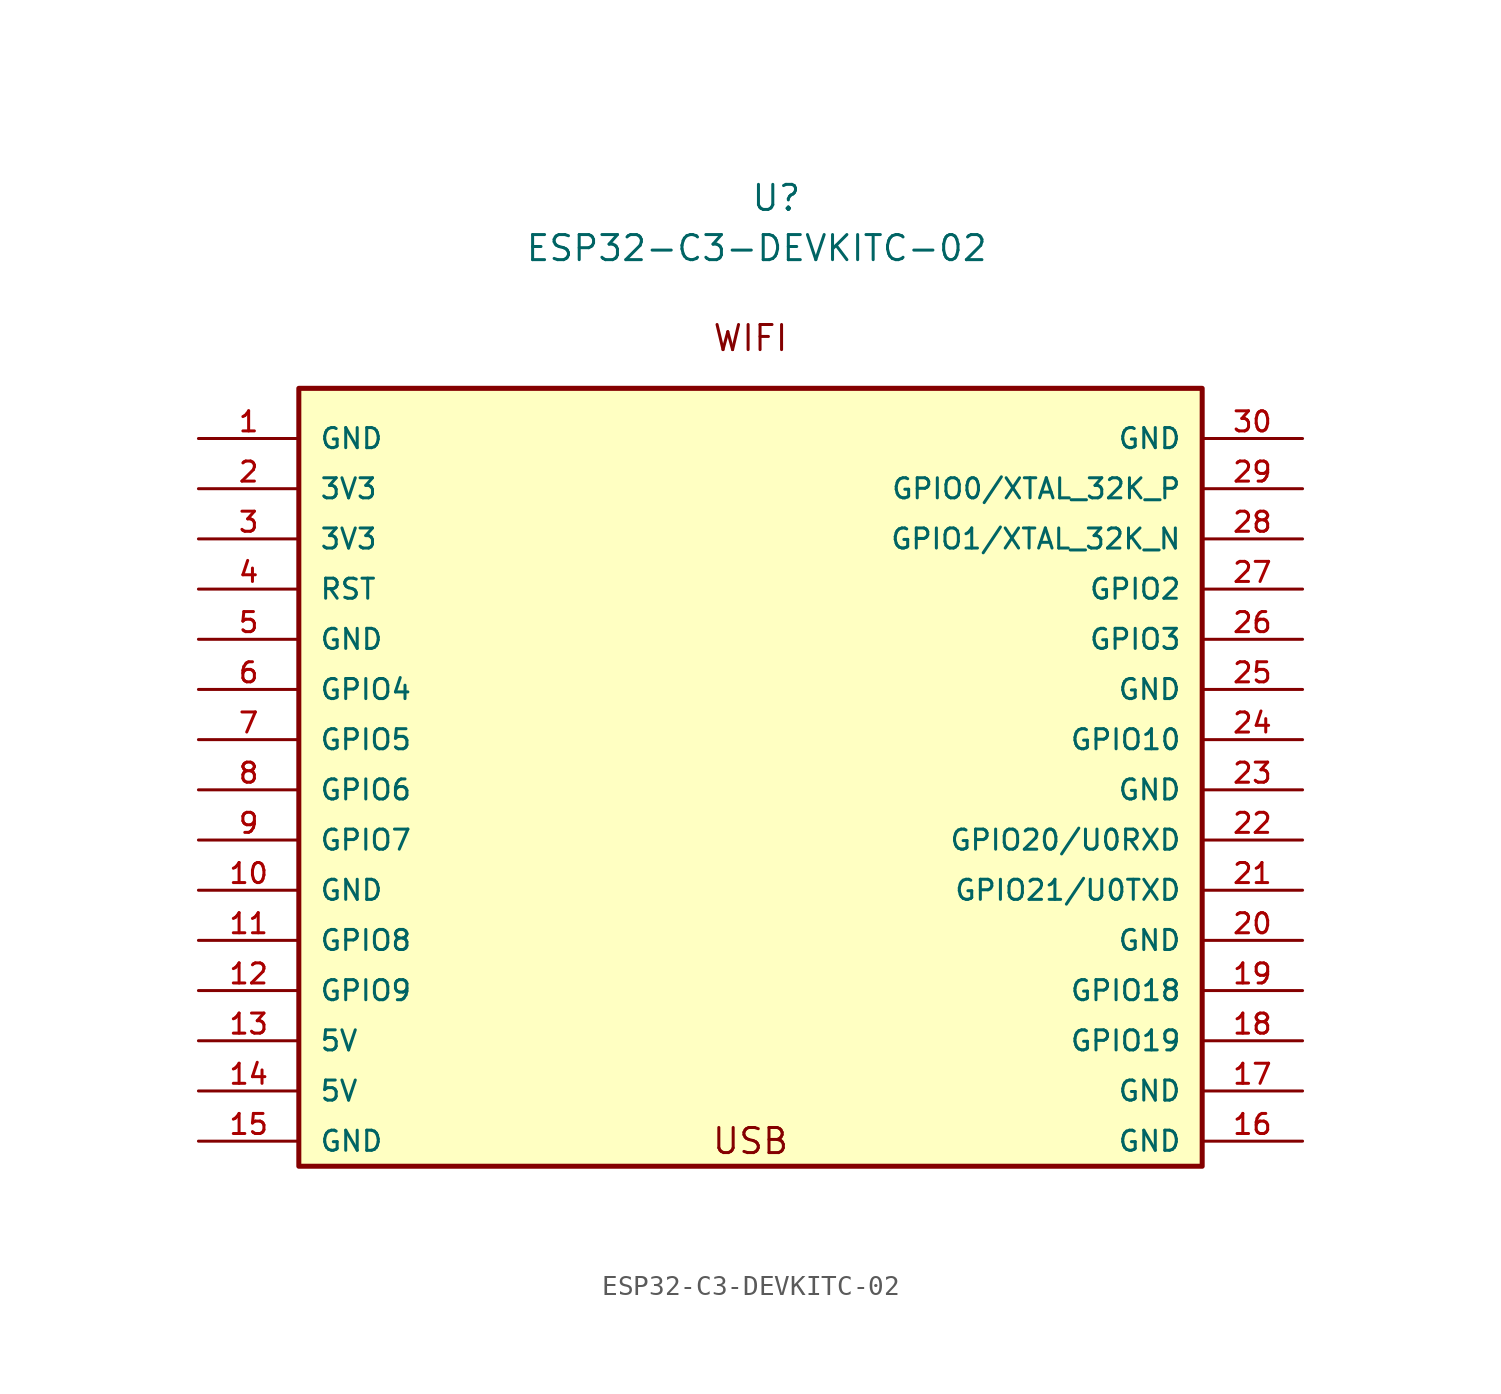
<source format=kicad_sym>
(kicad_symbol_lib
  (version 20211014)
  (generator kicad_symbol_editor)
  (symbol "ESP32-C3-DEVKITC-02"
    (pin_names
      (offset 1.016))
    (property "Reference" "U"
      (at 0 25.4 0)
      (effects (font (size 1.27 1.27)) (justify left bottom)))
    (property "Value" "ESP32-C3-DEVKITC-02"
      (at -11.43 22.86 0)
      (effects (font (size 1.27 1.27)) (justify left bottom)))
    (symbol "ESP32-C3-DEVKITC-02_0_0"
      (rectangle (start -22.86 16.51) (end 22.86 -22.86) (stroke (width 0.254) (type default) (color 0 0 0 0)) (fill (type background)))
      (text "USB" (at 0 -21.59 0) (effects (font (size 1.27 1.27))))
      (text "WIFI" (at 0 19.05 0) (effects (font (size 1.27 1.27))))
      (pin power_in line (at -27.94 13.97 0) (length 5.08) (name "GND" (effects (font (size 1.016 1.016)))) (number "1" (effects (font (size 1.016 1.016)))))
      (pin power_in line (at -27.94 -8.89 0) (length 5.08) (name "GND" (effects (font (size 1.016 1.016)))) (number "10" (effects (font (size 1.016 1.016)))))
      (pin bidirectional line (at -27.94 -11.43 0) (length 5.08) (name "GPIO8" (effects (font (size 1.016 1.016)))) (number "11" (effects (font (size 1.016 1.016)))))
      (pin bidirectional line (at -27.94 -13.97 0) (length 5.08) (name "GPIO9" (effects (font (size 1.016 1.016)))) (number "12" (effects (font (size 1.016 1.016)))))
      (pin power_in line (at -27.94 -16.51 0) (length 5.08) (name "5V" (effects (font (size 1.016 1.016)))) (number "13" (effects (font (size 1.016 1.016)))))
      (pin power_in line (at -27.94 -19.05 0) (length 5.08) (name "5V" (effects (font (size 1.016 1.016)))) (number "14" (effects (font (size 1.016 1.016)))))
      (pin power_in line (at -27.94 -21.59 0) (length 5.08) (name "GND" (effects (font (size 1.016 1.016)))) (number "15" (effects (font (size 1.016 1.016)))))
      (pin power_in line (at 27.94 -21.59 180) (length 5.08) (name "GND" (effects (font (size 1.016 1.016)))) (number "16" (effects (font (size 1.016 1.016)))))
      (pin power_in line (at 27.94 -19.05 180) (length 5.08) (name "GND" (effects (font (size 1.016 1.016)))) (number "17" (effects (font (size 1.016 1.016)))))
      (pin bidirectional line (at 27.94 -16.51 180) (length 5.08) (name "GPIO19" (effects (font (size 1.016 1.016)))) (number "18" (effects (font (size 1.016 1.016)))))
      (pin bidirectional line (at 27.94 -13.97 180) (length 5.08) (name "GPIO18" (effects (font (size 1.016 1.016)))) (number "19" (effects (font (size 1.016 1.016)))))
      (pin power_in line (at -27.94 11.43 0) (length 5.08) (name "3V3" (effects (font (size 1.016 1.016)))) (number "2" (effects (font (size 1.016 1.016)))))
      (pin power_in line (at 27.94 -11.43 180) (length 5.08) (name "GND" (effects (font (size 1.016 1.016)))) (number "20" (effects (font (size 1.016 1.016)))))
      (pin bidirectional line (at 27.94 -8.89 180) (length 5.08) (name "GPIO21/U0TXD" (effects (font (size 1.016 1.016)))) (number "21" (effects (font (size 1.016 1.016)))))
      (pin bidirectional line (at 27.94 -6.35 180) (length 5.08) (name "GPIO20/U0RXD" (effects (font (size 1.016 1.016)))) (number "22" (effects (font (size 1.016 1.016)))))
      (pin power_in line (at 27.94 -3.81 180) (length 5.08) (name "GND" (effects (font (size 1.016 1.016)))) (number "23" (effects (font (size 1.016 1.016)))))
      (pin bidirectional line (at 27.94 -1.27 180) (length 5.08) (name "GPIO10" (effects (font (size 1.016 1.016)))) (number "24" (effects (font (size 1.016 1.016)))))
      (pin power_in line (at 27.94 1.27 180) (length 5.08) (name "GND" (effects (font (size 1.016 1.016)))) (number "25" (effects (font (size 1.016 1.016)))))
      (pin bidirectional line (at 27.94 3.81 180) (length 5.08) (name "GPIO3" (effects (font (size 1.016 1.016)))) (number "26" (effects (font (size 1.016 1.016)))))
      (pin bidirectional line (at 27.94 6.35 180) (length 5.08) (name "GPIO2" (effects (font (size 1.016 1.016)))) (number "27" (effects (font (size 1.016 1.016)))))
      (pin bidirectional line (at 27.94 8.89 180) (length 5.08) (name "GPIO1/XTAL_32K_N" (effects (font (size 1.016 1.016)))) (number "28" (effects (font (size 1.016 1.016)))))
      (pin bidirectional line (at 27.94 11.43 180) (length 5.08) (name "GPIO0/XTAL_32K_P" (effects (font (size 1.016 1.016)))) (number "29" (effects (font (size 1.016 1.016)))))
      (pin power_in line (at -27.94 8.89 0) (length 5.08) (name "3V3" (effects (font (size 1.016 1.016)))) (number "3" (effects (font (size 1.016 1.016)))))
      (pin power_in line (at 27.94 13.97 180) (length 5.08) (name "GND" (effects (font (size 1.016 1.016)))) (number "30" (effects (font (size 1.016 1.016)))))
      (pin input line (at -27.94 6.35 0) (length 5.08) (name "RST" (effects (font (size 1.016 1.016)))) (number "4" (effects (font (size 1.016 1.016)))))
      (pin power_in line (at -27.94 3.81 0) (length 5.08) (name "GND" (effects (font (size 1.016 1.016)))) (number "5" (effects (font (size 1.016 1.016)))))
      (pin bidirectional line (at -27.94 1.27 0) (length 5.08) (name "GPIO4" (effects (font (size 1.016 1.016)))) (number "6" (effects (font (size 1.016 1.016)))))
      (pin bidirectional line (at -27.94 -1.27 0) (length 5.08) (name "GPIO5" (effects (font (size 1.016 1.016)))) (number "7" (effects (font (size 1.016 1.016)))))
      (pin bidirectional line (at -27.94 -3.81 0) (length 5.08) (name "GPIO6" (effects (font (size 1.016 1.016)))) (number "8" (effects (font (size 1.016 1.016)))))
      (pin bidirectional line (at -27.94 -6.35 0) (length 5.08) (name "GPIO7" (effects (font (size 1.016 1.016)))) (number "9" (effects (font (size 1.016 1.016))))))))
</source>
